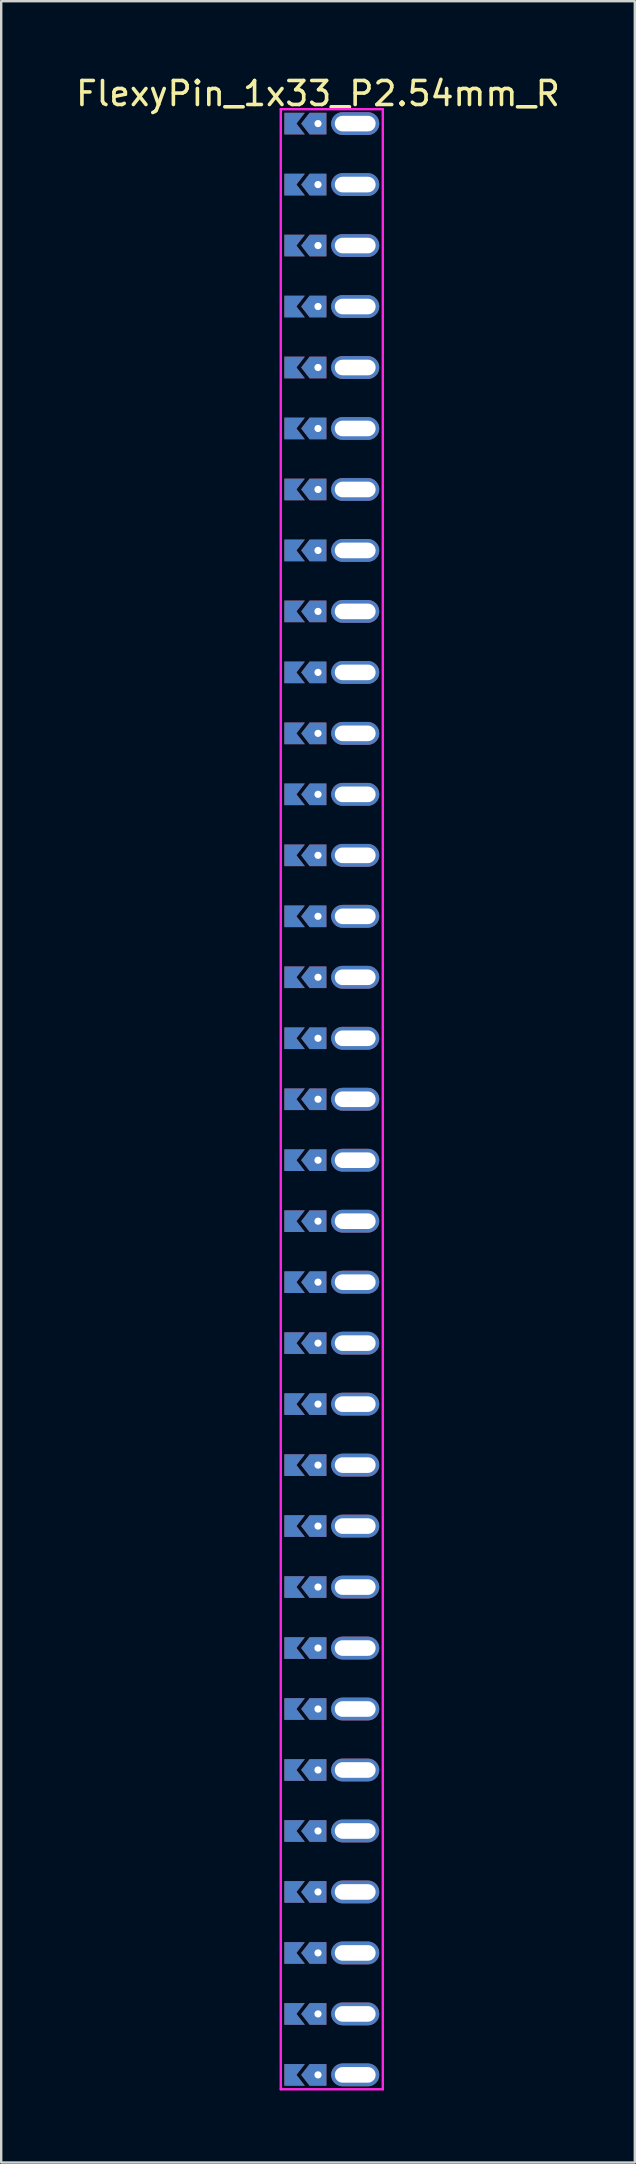
<source format=kicad_pcb>
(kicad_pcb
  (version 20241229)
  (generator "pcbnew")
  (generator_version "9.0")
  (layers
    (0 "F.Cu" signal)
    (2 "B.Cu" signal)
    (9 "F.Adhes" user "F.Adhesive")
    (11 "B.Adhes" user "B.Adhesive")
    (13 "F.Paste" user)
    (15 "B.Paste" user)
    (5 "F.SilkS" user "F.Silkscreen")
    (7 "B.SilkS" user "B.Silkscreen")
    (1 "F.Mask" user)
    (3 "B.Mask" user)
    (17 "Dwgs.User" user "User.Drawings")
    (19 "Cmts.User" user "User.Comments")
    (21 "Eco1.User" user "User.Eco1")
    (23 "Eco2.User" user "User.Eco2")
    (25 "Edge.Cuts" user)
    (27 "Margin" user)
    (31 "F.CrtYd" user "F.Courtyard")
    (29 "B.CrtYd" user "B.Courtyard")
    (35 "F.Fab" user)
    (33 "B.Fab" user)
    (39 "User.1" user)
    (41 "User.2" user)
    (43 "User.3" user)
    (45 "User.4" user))
  (footprint "FlexyPin_1x33_P2.54mm_R"
    (layer "F.Cu")
    (at 10.196 2.098)
    (property "Reference" "FlexyPin_1x33_P2.54mm_R" (at 0 -1.25 0) (layer "F.SilkS") (effects (font (size 1 1) (thickness 0.15))))
    (attr through_hole)
    (fp_line (start -1.55 -0.6) (end 2.7 -0.6) (stroke (width 0.1) (type solid)) (layer "F.CrtYd"))
    (fp_line (start -1.55 81.88) (end -1.55 -0.6) (stroke (width 0.1) (type solid)) (layer "F.CrtYd"))
    (fp_line (start 2.7 -0.6) (end 2.7 81.88) (stroke (width 0.1) (type solid)) (layer "F.CrtYd"))
    (fp_line (start 2.7 81.88) (end -1.55 81.88) (stroke (width 0.1) (type solid)) (layer "F.CrtYd"))
    (pad "" thru_hole custom (at 0 0) (size 0.3 0.3) (drill 0.6) (layers "*.Cu" "*.Mask") (options (anchor rect)) (primitives (gr_poly (pts (xy 0.35 0.45) (xy 0.35 -0.45) (xy -0.35 -0.45) (xy -0.7 0) (xy -0.35 0.45)) (width 0) (fill yes))))
    (pad "" thru_hole custom (at 0 2.54) (size 0.3 0.3) (drill 0.6) (layers "*.Cu" "*.Mask") (options (anchor rect)) (primitives (gr_poly (pts (xy 0.35 0.45) (xy 0.35 -0.45) (xy -0.35 -0.45) (xy -0.7 0) (xy -0.35 0.45)) (width 0) (fill yes))))
    (pad "" thru_hole custom (at 0 5.08) (size 0.3 0.3) (drill 0.6) (layers "*.Cu" "*.Mask") (options (anchor rect)) (primitives (gr_poly (pts (xy 0.35 0.45) (xy 0.35 -0.45) (xy -0.35 -0.45) (xy -0.7 0) (xy -0.35 0.45)) (width 0) (fill yes))))
    (pad "" thru_hole custom (at 0 7.62) (size 0.3 0.3) (drill 0.6) (layers "*.Cu" "*.Mask") (options (anchor rect)) (primitives (gr_poly (pts (xy 0.35 0.45) (xy 0.35 -0.45) (xy -0.35 -0.45) (xy -0.7 0) (xy -0.35 0.45)) (width 0) (fill yes))))
    (pad "" thru_hole custom (at 0 10.16) (size 0.3 0.3) (drill 0.6) (layers "*.Cu" "*.Mask") (options (anchor rect)) (primitives (gr_poly (pts (xy 0.35 0.45) (xy 0.35 -0.45) (xy -0.35 -0.45) (xy -0.7 0) (xy -0.35 0.45)) (width 0) (fill yes))))
    (pad "" thru_hole custom (at 0 12.7) (size 0.3 0.3) (drill 0.6) (layers "*.Cu" "*.Mask") (options (anchor rect)) (primitives (gr_poly (pts (xy 0.35 0.45) (xy 0.35 -0.45) (xy -0.35 -0.45) (xy -0.7 0) (xy -0.35 0.45)) (width 0) (fill yes))))
    (pad "" thru_hole custom (at 0 15.24) (size 0.3 0.3) (drill 0.6) (layers "*.Cu" "*.Mask") (options (anchor rect)) (primitives (gr_poly (pts (xy 0.35 0.45) (xy 0.35 -0.45) (xy -0.35 -0.45) (xy -0.7 0) (xy -0.35 0.45)) (width 0) (fill yes))))
    (pad "" thru_hole custom (at 0 17.78) (size 0.3 0.3) (drill 0.6) (layers "*.Cu" "*.Mask") (options (anchor rect)) (primitives (gr_poly (pts (xy 0.35 0.45) (xy 0.35 -0.45) (xy -0.35 -0.45) (xy -0.7 0) (xy -0.35 0.45)) (width 0) (fill yes))))
    (pad "" thru_hole custom (at 0 20.32) (size 0.3 0.3) (drill 0.6) (layers "*.Cu" "*.Mask") (options (anchor rect)) (primitives (gr_poly (pts (xy 0.35 0.45) (xy 0.35 -0.45) (xy -0.35 -0.45) (xy -0.7 0) (xy -0.35 0.45)) (width 0) (fill yes))))
    (pad "" thru_hole custom (at 0 22.86) (size 0.3 0.3) (drill 0.6) (layers "*.Cu" "*.Mask") (options (anchor rect)) (primitives (gr_poly (pts (xy 0.35 0.45) (xy 0.35 -0.45) (xy -0.35 -0.45) (xy -0.7 0) (xy -0.35 0.45)) (width 0) (fill yes))))
    (pad "" thru_hole custom (at 0 25.4) (size 0.3 0.3) (drill 0.6) (layers "*.Cu" "*.Mask") (options (anchor rect)) (primitives (gr_poly (pts (xy 0.35 0.45) (xy 0.35 -0.45) (xy -0.35 -0.45) (xy -0.7 0) (xy -0.35 0.45)) (width 0) (fill yes))))
    (pad "" thru_hole custom (at 0 27.94) (size 0.3 0.3) (drill 0.6) (layers "*.Cu" "*.Mask") (options (anchor rect)) (primitives (gr_poly (pts (xy 0.35 0.45) (xy 0.35 -0.45) (xy -0.35 -0.45) (xy -0.7 0) (xy -0.35 0.45)) (width 0) (fill yes))))
    (pad "" thru_hole custom (at 0 30.48) (size 0.3 0.3) (drill 0.6) (layers "*.Cu" "*.Mask") (options (anchor rect)) (primitives (gr_poly (pts (xy 0.35 0.45) (xy 0.35 -0.45) (xy -0.35 -0.45) (xy -0.7 0) (xy -0.35 0.45)) (width 0) (fill yes))))
    (pad "" thru_hole custom (at 0 33.02) (size 0.3 0.3) (drill 0.6) (layers "*.Cu" "*.Mask") (options (anchor rect)) (primitives (gr_poly (pts (xy 0.35 0.45) (xy 0.35 -0.45) (xy -0.35 -0.45) (xy -0.7 0) (xy -0.35 0.45)) (width 0) (fill yes))))
    (pad "" thru_hole custom (at 0 35.56) (size 0.3 0.3) (drill 0.6) (layers "*.Cu" "*.Mask") (options (anchor rect)) (primitives (gr_poly (pts (xy 0.35 0.45) (xy 0.35 -0.45) (xy -0.35 -0.45) (xy -0.7 0) (xy -0.35 0.45)) (width 0) (fill yes))))
    (pad "" thru_hole custom (at 0 38.1) (size 0.3 0.3) (drill 0.6) (layers "*.Cu" "*.Mask") (options (anchor rect)) (primitives (gr_poly (pts (xy 0.35 0.45) (xy 0.35 -0.45) (xy -0.35 -0.45) (xy -0.7 0) (xy -0.35 0.45)) (width 0) (fill yes))))
    (pad "" thru_hole custom (at 0 40.64) (size 0.3 0.3) (drill 0.6) (layers "*.Cu" "*.Mask") (options (anchor rect)) (primitives (gr_poly (pts (xy 0.35 0.45) (xy 0.35 -0.45) (xy -0.35 -0.45) (xy -0.7 0) (xy -0.35 0.45)) (width 0) (fill yes))))
    (pad "" thru_hole custom (at 0 43.18) (size 0.3 0.3) (drill 0.6) (layers "*.Cu" "*.Mask") (options (anchor rect)) (primitives (gr_poly (pts (xy 0.35 0.45) (xy 0.35 -0.45) (xy -0.35 -0.45) (xy -0.7 0) (xy -0.35 0.45)) (width 0) (fill yes))))
    (pad "" thru_hole custom (at 0 45.72) (size 0.3 0.3) (drill 0.6) (layers "*.Cu" "*.Mask") (options (anchor rect)) (primitives (gr_poly (pts (xy 0.35 0.45) (xy 0.35 -0.45) (xy -0.35 -0.45) (xy -0.7 0) (xy -0.35 0.45)) (width 0) (fill yes))))
    (pad "" thru_hole custom (at 0 48.26) (size 0.3 0.3) (drill 0.6) (layers "*.Cu" "*.Mask") (options (anchor rect)) (primitives (gr_poly (pts (xy 0.35 0.45) (xy 0.35 -0.45) (xy -0.35 -0.45) (xy -0.7 0) (xy -0.35 0.45)) (width 0) (fill yes))))
    (pad "" thru_hole custom (at 0 50.8) (size 0.3 0.3) (drill 0.6) (layers "*.Cu" "*.Mask") (options (anchor rect)) (primitives (gr_poly (pts (xy 0.35 0.45) (xy 0.35 -0.45) (xy -0.35 -0.45) (xy -0.7 0) (xy -0.35 0.45)) (width 0) (fill yes))))
    (pad "" thru_hole custom (at 0 53.34) (size 0.3 0.3) (drill 0.6) (layers "*.Cu" "*.Mask") (options (anchor rect)) (primitives (gr_poly (pts (xy 0.35 0.45) (xy 0.35 -0.45) (xy -0.35 -0.45) (xy -0.7 0) (xy -0.35 0.45)) (width 0) (fill yes))))
    (pad "" thru_hole custom (at 0 55.88) (size 0.3 0.3) (drill 0.6) (layers "*.Cu" "*.Mask") (options (anchor rect)) (primitives (gr_poly (pts (xy 0.35 0.45) (xy 0.35 -0.45) (xy -0.35 -0.45) (xy -0.7 0) (xy -0.35 0.45)) (width 0) (fill yes))))
    (pad "" thru_hole custom (at 0 58.42) (size 0.3 0.3) (drill 0.6) (layers "*.Cu" "*.Mask") (options (anchor rect)) (primitives (gr_poly (pts (xy 0.35 0.45) (xy 0.35 -0.45) (xy -0.35 -0.45) (xy -0.7 0) (xy -0.35 0.45)) (width 0) (fill yes))))
    (pad "" thru_hole custom (at 0 60.96) (size 0.3 0.3) (drill 0.6) (layers "*.Cu" "*.Mask") (options (anchor rect)) (primitives (gr_poly (pts (xy 0.35 0.45) (xy 0.35 -0.45) (xy -0.35 -0.45) (xy -0.7 0) (xy -0.35 0.45)) (width 0) (fill yes))))
    (pad "" thru_hole custom (at 0 63.5) (size 0.3 0.3) (drill 0.6) (layers "*.Cu" "*.Mask") (options (anchor rect)) (primitives (gr_poly (pts (xy 0.35 0.45) (xy 0.35 -0.45) (xy -0.35 -0.45) (xy -0.7 0) (xy -0.35 0.45)) (width 0) (fill yes))))
    (pad "" thru_hole custom (at 0 66.04) (size 0.3 0.3) (drill 0.6) (layers "*.Cu" "*.Mask") (options (anchor rect)) (primitives (gr_poly (pts (xy 0.35 0.45) (xy 0.35 -0.45) (xy -0.35 -0.45) (xy -0.7 0) (xy -0.35 0.45)) (width 0) (fill yes))))
    (pad "" thru_hole custom (at 0 68.58) (size 0.3 0.3) (drill 0.6) (layers "*.Cu" "*.Mask") (options (anchor rect)) (primitives (gr_poly (pts (xy 0.35 0.45) (xy 0.35 -0.45) (xy -0.35 -0.45) (xy -0.7 0) (xy -0.35 0.45)) (width 0) (fill yes))))
    (pad "" thru_hole custom (at 0 71.12) (size 0.3 0.3) (drill 0.6) (layers "*.Cu" "*.Mask") (options (anchor rect)) (primitives (gr_poly (pts (xy 0.35 0.45) (xy 0.35 -0.45) (xy -0.35 -0.45) (xy -0.7 0) (xy -0.35 0.45)) (width 0) (fill yes))))
    (pad "" thru_hole custom (at 0 73.66) (size 0.3 0.3) (drill 0.6) (layers "*.Cu" "*.Mask") (options (anchor rect)) (primitives (gr_poly (pts (xy 0.35 0.45) (xy 0.35 -0.45) (xy -0.35 -0.45) (xy -0.7 0) (xy -0.35 0.45)) (width 0) (fill yes))))
    (pad "" thru_hole custom (at 0 76.2) (size 0.3 0.3) (drill 0.6) (layers "*.Cu" "*.Mask") (options (anchor rect)) (primitives (gr_poly (pts (xy 0.35 0.45) (xy 0.35 -0.45) (xy -0.35 -0.45) (xy -0.7 0) (xy -0.35 0.45)) (width 0) (fill yes))))
    (pad "" thru_hole custom (at 0 78.74) (size 0.3 0.3) (drill 0.6) (layers "*.Cu" "*.Mask") (options (anchor rect)) (primitives (gr_poly (pts (xy 0.35 0.45) (xy 0.35 -0.45) (xy -0.35 -0.45) (xy -0.7 0) (xy -0.35 0.45)) (width 0) (fill yes))))
    (pad "" thru_hole custom (at 0 81.28) (size 0.3 0.3) (drill 0.6) (layers "*.Cu" "*.Mask") (options (anchor rect)) (primitives (gr_poly (pts (xy 0.35 0.45) (xy 0.35 -0.45) (xy -0.35 -0.45) (xy -0.7 0) (xy -0.35 0.45)) (width 0) (fill yes))))
    (pad "" thru_hole oval (at 1.55 0) (size 2 0.95) (drill oval 1.7 0.65) (layers "*.Cu" "*.Mask"))
    (pad "" thru_hole oval (at 1.55 2.54) (size 2 0.95) (drill oval 1.7 0.65) (layers "*.Cu" "*.Mask"))
    (pad "" thru_hole oval (at 1.55 5.08) (size 2 0.95) (drill oval 1.7 0.65) (layers "*.Cu" "*.Mask"))
    (pad "" thru_hole oval (at 1.55 7.62) (size 2 0.95) (drill oval 1.7 0.65) (layers "*.Cu" "*.Mask"))
    (pad "" thru_hole oval (at 1.55 10.16) (size 2 0.95) (drill oval 1.7 0.65) (layers "*.Cu" "*.Mask"))
    (pad "" thru_hole oval (at 1.55 12.7) (size 2 0.95) (drill oval 1.7 0.65) (layers "*.Cu" "*.Mask"))
    (pad "" thru_hole oval (at 1.55 15.24) (size 2 0.95) (drill oval 1.7 0.65) (layers "*.Cu" "*.Mask"))
    (pad "" thru_hole oval (at 1.55 17.78) (size 2 0.95) (drill oval 1.7 0.65) (layers "*.Cu" "*.Mask"))
    (pad "" thru_hole oval (at 1.55 20.32) (size 2 0.95) (drill oval 1.7 0.65) (layers "*.Cu" "*.Mask"))
    (pad "" thru_hole oval (at 1.55 22.86) (size 2 0.95) (drill oval 1.7 0.65) (layers "*.Cu" "*.Mask"))
    (pad "" thru_hole oval (at 1.55 25.4) (size 2 0.95) (drill oval 1.7 0.65) (layers "*.Cu" "*.Mask"))
    (pad "" thru_hole oval (at 1.55 27.94) (size 2 0.95) (drill oval 1.7 0.65) (layers "*.Cu" "*.Mask"))
    (pad "" thru_hole oval (at 1.55 30.48) (size 2 0.95) (drill oval 1.7 0.65) (layers "*.Cu" "*.Mask"))
    (pad "" thru_hole oval (at 1.55 33.02) (size 2 0.95) (drill oval 1.7 0.65) (layers "*.Cu" "*.Mask"))
    (pad "" thru_hole oval (at 1.55 35.56) (size 2 0.95) (drill oval 1.7 0.65) (layers "*.Cu" "*.Mask"))
    (pad "" thru_hole oval (at 1.55 38.1) (size 2 0.95) (drill oval 1.7 0.65) (layers "*.Cu" "*.Mask"))
    (pad "" thru_hole oval (at 1.55 40.64) (size 2 0.95) (drill oval 1.7 0.65) (layers "*.Cu" "*.Mask"))
    (pad "" thru_hole oval (at 1.55 43.18) (size 2 0.95) (drill oval 1.7 0.65) (layers "*.Cu" "*.Mask"))
    (pad "" thru_hole oval (at 1.55 45.72) (size 2 0.95) (drill oval 1.7 0.65) (layers "*.Cu" "*.Mask"))
    (pad "" thru_hole oval (at 1.55 48.26) (size 2 0.95) (drill oval 1.7 0.65) (layers "*.Cu" "*.Mask"))
    (pad "" thru_hole oval (at 1.55 50.8) (size 2 0.95) (drill oval 1.7 0.65) (layers "*.Cu" "*.Mask"))
    (pad "" thru_hole oval (at 1.55 53.34) (size 2 0.95) (drill oval 1.7 0.65) (layers "*.Cu" "*.Mask"))
    (pad "" thru_hole oval (at 1.55 55.88) (size 2 0.95) (drill oval 1.7 0.65) (layers "*.Cu" "*.Mask"))
    (pad "" thru_hole oval (at 1.55 58.42) (size 2 0.95) (drill oval 1.7 0.65) (layers "*.Cu" "*.Mask"))
    (pad "" thru_hole oval (at 1.55 60.96) (size 2 0.95) (drill oval 1.7 0.65) (layers "*.Cu" "*.Mask"))
    (pad "" thru_hole oval (at 1.55 63.5) (size 2 0.95) (drill oval 1.7 0.65) (layers "*.Cu" "*.Mask"))
    (pad "" thru_hole oval (at 1.55 66.04) (size 2 0.95) (drill oval 1.7 0.65) (layers "*.Cu" "*.Mask"))
    (pad "" thru_hole oval (at 1.55 68.58) (size 2 0.95) (drill oval 1.7 0.65) (layers "*.Cu" "*.Mask"))
    (pad "" thru_hole oval (at 1.55 71.12) (size 2 0.95) (drill oval 1.7 0.65) (layers "*.Cu" "*.Mask"))
    (pad "" thru_hole oval (at 1.55 73.66) (size 2 0.95) (drill oval 1.7 0.65) (layers "*.Cu" "*.Mask"))
    (pad "" thru_hole oval (at 1.55 76.2) (size 2 0.95) (drill oval 1.7 0.65) (layers "*.Cu" "*.Mask"))
    (pad "" thru_hole oval (at 1.55 78.74) (size 2 0.95) (drill oval 1.7 0.65) (layers "*.Cu" "*.Mask"))
    (pad "" thru_hole oval (at 1.55 81.28) (size 2 0.95) (drill oval 1.7 0.65) (layers "*.Cu" "*.Mask"))
    (pad "1" smd custom (at -0.9 0) (size 0.01 0.01) (layers "F.Cu" "F.Mask") (options (anchor rect)) (primitives (gr_poly (pts (xy 0 0) (xy 0.35 0.45) (xy -0.5 0.45) (xy -0.5 -0.45) (xy 0.35 -0.45)) (width 0) (fill yes))))
    (pad "1" smd custom (at -0.9 2.54) (size 0.01 0.01) (layers "F.Cu" "F.Mask") (options (anchor rect)) (primitives (gr_poly (pts (xy 0 0) (xy 0.35 0.45) (xy -0.5 0.45) (xy -0.5 -0.45) (xy 0.35 -0.45)) (width 0) (fill yes))))
    (pad "1" smd custom (at -0.9 5.08) (size 0.01 0.01) (layers "F.Cu" "F.Mask") (options (anchor rect)) (primitives (gr_poly (pts (xy 0 0) (xy 0.35 0.45) (xy -0.5 0.45) (xy -0.5 -0.45) (xy 0.35 -0.45)) (width 0) (fill yes))))
    (pad "1" smd custom (at -0.9 7.62) (size 0.01 0.01) (layers "F.Cu" "F.Mask") (options (anchor rect)) (primitives (gr_poly (pts (xy 0 0) (xy 0.35 0.45) (xy -0.5 0.45) (xy -0.5 -0.45) (xy 0.35 -0.45)) (width 0) (fill yes))))
    (pad "1" smd custom (at -0.9 10.16) (size 0.01 0.01) (layers "F.Cu" "F.Mask") (options (anchor rect)) (primitives (gr_poly (pts (xy 0 0) (xy 0.35 0.45) (xy -0.5 0.45) (xy -0.5 -0.45) (xy 0.35 -0.45)) (width 0) (fill yes))))
    (pad "1" smd custom (at -0.9 12.7) (size 0.01 0.01) (layers "F.Cu" "F.Mask") (options (anchor rect)) (primitives (gr_poly (pts (xy 0 0) (xy 0.35 0.45) (xy -0.5 0.45) (xy -0.5 -0.45) (xy 0.35 -0.45)) (width 0) (fill yes))))
    (pad "1" smd custom (at -0.9 15.24) (size 0.01 0.01) (layers "F.Cu" "F.Mask") (options (anchor rect)) (primitives (gr_poly (pts (xy 0 0) (xy 0.35 0.45) (xy -0.5 0.45) (xy -0.5 -0.45) (xy 0.35 -0.45)) (width 0) (fill yes))))
    (pad "1" smd custom (at -0.9 17.78) (size 0.01 0.01) (layers "F.Cu" "F.Mask") (options (anchor rect)) (primitives (gr_poly (pts (xy 0 0) (xy 0.35 0.45) (xy -0.5 0.45) (xy -0.5 -0.45) (xy 0.35 -0.45)) (width 0) (fill yes))))
    (pad "1" smd custom (at -0.9 20.32) (size 0.01 0.01) (layers "F.Cu" "F.Mask") (options (anchor rect)) (primitives (gr_poly (pts (xy 0 0) (xy 0.35 0.45) (xy -0.5 0.45) (xy -0.5 -0.45) (xy 0.35 -0.45)) (width 0) (fill yes))))
    (pad "1" smd custom (at -0.9 22.86) (size 0.01 0.01) (layers "F.Cu" "F.Mask") (options (anchor rect)) (primitives (gr_poly (pts (xy 0 0) (xy 0.35 0.45) (xy -0.5 0.45) (xy -0.5 -0.45) (xy 0.35 -0.45)) (width 0) (fill yes))))
    (pad "1" smd custom (at -0.9 25.4) (size 0.01 0.01) (layers "F.Cu" "F.Mask") (options (anchor rect)) (primitives (gr_poly (pts (xy 0 0) (xy 0.35 0.45) (xy -0.5 0.45) (xy -0.5 -0.45) (xy 0.35 -0.45)) (width 0) (fill yes))))
    (pad "1" smd custom (at -0.9 27.94) (size 0.01 0.01) (layers "F.Cu" "F.Mask") (options (anchor rect)) (primitives (gr_poly (pts (xy 0 0) (xy 0.35 0.45) (xy -0.5 0.45) (xy -0.5 -0.45) (xy 0.35 -0.45)) (width 0) (fill yes))))
    (pad "1" smd custom (at -0.9 30.48) (size 0.01 0.01) (layers "F.Cu" "F.Mask") (options (anchor rect)) (primitives (gr_poly (pts (xy 0 0) (xy 0.35 0.45) (xy -0.5 0.45) (xy -0.5 -0.45) (xy 0.35 -0.45)) (width 0) (fill yes))))
    (pad "1" smd custom (at -0.9 33.02) (size 0.01 0.01) (layers "F.Cu" "F.Mask") (options (anchor rect)) (primitives (gr_poly (pts (xy 0 0) (xy 0.35 0.45) (xy -0.5 0.45) (xy -0.5 -0.45) (xy 0.35 -0.45)) (width 0) (fill yes))))
    (pad "1" smd custom (at -0.9 35.56) (size 0.01 0.01) (layers "F.Cu" "F.Mask") (options (anchor rect)) (primitives (gr_poly (pts (xy 0 0) (xy 0.35 0.45) (xy -0.5 0.45) (xy -0.5 -0.45) (xy 0.35 -0.45)) (width 0) (fill yes))))
    (pad "1" smd custom (at -0.9 38.1) (size 0.01 0.01) (layers "F.Cu" "F.Mask") (options (anchor rect)) (primitives (gr_poly (pts (xy 0 0) (xy 0.35 0.45) (xy -0.5 0.45) (xy -0.5 -0.45) (xy 0.35 -0.45)) (width 0) (fill yes))))
    (pad "1" smd custom (at -0.9 40.64) (size 0.01 0.01) (layers "F.Cu" "F.Mask") (options (anchor rect)) (primitives (gr_poly (pts (xy 0 0) (xy 0.35 0.45) (xy -0.5 0.45) (xy -0.5 -0.45) (xy 0.35 -0.45)) (width 0) (fill yes))))
    (pad "1" smd custom (at -0.9 43.18) (size 0.01 0.01) (layers "F.Cu" "F.Mask") (options (anchor rect)) (primitives (gr_poly (pts (xy 0 0) (xy 0.35 0.45) (xy -0.5 0.45) (xy -0.5 -0.45) (xy 0.35 -0.45)) (width 0) (fill yes))))
    (pad "1" smd custom (at -0.9 45.72) (size 0.01 0.01) (layers "F.Cu" "F.Mask") (options (anchor rect)) (primitives (gr_poly (pts (xy 0 0) (xy 0.35 0.45) (xy -0.5 0.45) (xy -0.5 -0.45) (xy 0.35 -0.45)) (width 0) (fill yes))))
    (pad "1" smd custom (at -0.9 48.26) (size 0.01 0.01) (layers "F.Cu" "F.Mask") (options (anchor rect)) (primitives (gr_poly (pts (xy 0 0) (xy 0.35 0.45) (xy -0.5 0.45) (xy -0.5 -0.45) (xy 0.35 -0.45)) (width 0) (fill yes))))
    (pad "1" smd custom (at -0.9 50.8) (size 0.01 0.01) (layers "F.Cu" "F.Mask") (options (anchor rect)) (primitives (gr_poly (pts (xy 0 0) (xy 0.35 0.45) (xy -0.5 0.45) (xy -0.5 -0.45) (xy 0.35 -0.45)) (width 0) (fill yes))))
    (pad "1" smd custom (at -0.9 53.34) (size 0.01 0.01) (layers "F.Cu" "F.Mask") (options (anchor rect)) (primitives (gr_poly (pts (xy 0 0) (xy 0.35 0.45) (xy -0.5 0.45) (xy -0.5 -0.45) (xy 0.35 -0.45)) (width 0) (fill yes))))
    (pad "1" smd custom (at -0.9 55.88) (size 0.01 0.01) (layers "F.Cu" "F.Mask") (options (anchor rect)) (primitives (gr_poly (pts (xy 0 0) (xy 0.35 0.45) (xy -0.5 0.45) (xy -0.5 -0.45) (xy 0.35 -0.45)) (width 0) (fill yes))))
    (pad "1" smd custom (at -0.9 58.42) (size 0.01 0.01) (layers "F.Cu" "F.Mask") (options (anchor rect)) (primitives (gr_poly (pts (xy 0 0) (xy 0.35 0.45) (xy -0.5 0.45) (xy -0.5 -0.45) (xy 0.35 -0.45)) (width 0) (fill yes))))
    (pad "1" smd custom (at -0.9 60.96) (size 0.01 0.01) (layers "F.Cu" "F.Mask") (options (anchor rect)) (primitives (gr_poly (pts (xy 0 0) (xy 0.35 0.45) (xy -0.5 0.45) (xy -0.5 -0.45) (xy 0.35 -0.45)) (width 0) (fill yes))))
    (pad "1" smd custom (at -0.9 63.5) (size 0.01 0.01) (layers "F.Cu" "F.Mask") (options (anchor rect)) (primitives (gr_poly (pts (xy 0 0) (xy 0.35 0.45) (xy -0.5 0.45) (xy -0.5 -0.45) (xy 0.35 -0.45)) (width 0) (fill yes))))
    (pad "1" smd custom (at -0.9 66.04) (size 0.01 0.01) (layers "F.Cu" "F.Mask") (options (anchor rect)) (primitives (gr_poly (pts (xy 0 0) (xy 0.35 0.45) (xy -0.5 0.45) (xy -0.5 -0.45) (xy 0.35 -0.45)) (width 0) (fill yes))))
    (pad "1" smd custom (at -0.9 68.58) (size 0.01 0.01) (layers "F.Cu" "F.Mask") (options (anchor rect)) (primitives (gr_poly (pts (xy 0 0) (xy 0.35 0.45) (xy -0.5 0.45) (xy -0.5 -0.45) (xy 0.35 -0.45)) (width 0) (fill yes))))
    (pad "1" smd custom (at -0.9 71.12) (size 0.01 0.01) (layers "F.Cu" "F.Mask") (options (anchor rect)) (primitives (gr_poly (pts (xy 0 0) (xy 0.35 0.45) (xy -0.5 0.45) (xy -0.5 -0.45) (xy 0.35 -0.45)) (width 0) (fill yes))))
    (pad "1" smd custom (at -0.9 73.66) (size 0.01 0.01) (layers "F.Cu" "F.Mask") (options (anchor rect)) (primitives (gr_poly (pts (xy 0 0) (xy 0.35 0.45) (xy -0.5 0.45) (xy -0.5 -0.45) (xy 0.35 -0.45)) (width 0) (fill yes))))
    (pad "1" smd custom (at -0.9 76.2) (size 0.01 0.01) (layers "F.Cu" "F.Mask") (options (anchor rect)) (primitives (gr_poly (pts (xy 0 0) (xy 0.35 0.45) (xy -0.5 0.45) (xy -0.5 -0.45) (xy 0.35 -0.45)) (width 0) (fill yes))))
    (pad "1" smd custom (at -0.9 78.74) (size 0.01 0.01) (layers "F.Cu" "F.Mask") (options (anchor rect)) (primitives (gr_poly (pts (xy 0 0) (xy 0.35 0.45) (xy -0.5 0.45) (xy -0.5 -0.45) (xy 0.35 -0.45)) (width 0) (fill yes))))
    (pad "1" smd custom (at -0.9 81.28) (size 0.01 0.01) (layers "F.Cu" "F.Mask") (options (anchor rect)) (primitives (gr_poly (pts (xy 0 0) (xy 0.35 0.45) (xy -0.5 0.45) (xy -0.5 -0.45) (xy 0.35 -0.45)) (width 0) (fill yes))))
    (pad "2" smd custom (at -0.9 0) (size 0.01 0.01) (layers "B.Cu" "B.Mask") (options (anchor rect)) (primitives (gr_poly (pts (xy 0 0) (xy 0.35 0.45) (xy -0.5 0.45) (xy -0.5 -0.45) (xy 0.35 -0.45)) (width 0) (fill yes))))
    (pad "2" smd custom (at -0.9 2.54) (size 0.01 0.01) (layers "B.Cu" "B.Mask") (options (anchor rect)) (primitives (gr_poly (pts (xy 0 0) (xy 0.35 0.45) (xy -0.5 0.45) (xy -0.5 -0.45) (xy 0.35 -0.45)) (width 0) (fill yes))))
    (pad "2" smd custom (at -0.9 5.08) (size 0.01 0.01) (layers "B.Cu" "B.Mask") (options (anchor rect)) (primitives (gr_poly (pts (xy 0 0) (xy 0.35 0.45) (xy -0.5 0.45) (xy -0.5 -0.45) (xy 0.35 -0.45)) (width 0) (fill yes))))
    (pad "2" smd custom (at -0.9 7.62) (size 0.01 0.01) (layers "B.Cu" "B.Mask") (options (anchor rect)) (primitives (gr_poly (pts (xy 0 0) (xy 0.35 0.45) (xy -0.5 0.45) (xy -0.5 -0.45) (xy 0.35 -0.45)) (width 0) (fill yes))))
    (pad "2" smd custom (at -0.9 10.16) (size 0.01 0.01) (layers "B.Cu" "B.Mask") (options (anchor rect)) (primitives (gr_poly (pts (xy 0 0) (xy 0.35 0.45) (xy -0.5 0.45) (xy -0.5 -0.45) (xy 0.35 -0.45)) (width 0) (fill yes))))
    (pad "2" smd custom (at -0.9 12.7) (size 0.01 0.01) (layers "B.Cu" "B.Mask") (options (anchor rect)) (primitives (gr_poly (pts (xy 0 0) (xy 0.35 0.45) (xy -0.5 0.45) (xy -0.5 -0.45) (xy 0.35 -0.45)) (width 0) (fill yes))))
    (pad "2" smd custom (at -0.9 15.24) (size 0.01 0.01) (layers "B.Cu" "B.Mask") (options (anchor rect)) (primitives (gr_poly (pts (xy 0 0) (xy 0.35 0.45) (xy -0.5 0.45) (xy -0.5 -0.45) (xy 0.35 -0.45)) (width 0) (fill yes))))
    (pad "2" smd custom (at -0.9 17.78) (size 0.01 0.01) (layers "B.Cu" "B.Mask") (options (anchor rect)) (primitives (gr_poly (pts (xy 0 0) (xy 0.35 0.45) (xy -0.5 0.45) (xy -0.5 -0.45) (xy 0.35 -0.45)) (width 0) (fill yes))))
    (pad "2" smd custom (at -0.9 20.32) (size 0.01 0.01) (layers "B.Cu" "B.Mask") (options (anchor rect)) (primitives (gr_poly (pts (xy 0 0) (xy 0.35 0.45) (xy -0.5 0.45) (xy -0.5 -0.45) (xy 0.35 -0.45)) (width 0) (fill yes))))
    (pad "2" smd custom (at -0.9 22.86) (size 0.01 0.01) (layers "B.Cu" "B.Mask") (options (anchor rect)) (primitives (gr_poly (pts (xy 0 0) (xy 0.35 0.45) (xy -0.5 0.45) (xy -0.5 -0.45) (xy 0.35 -0.45)) (width 0) (fill yes))))
    (pad "2" smd custom (at -0.9 25.4) (size 0.01 0.01) (layers "B.Cu" "B.Mask") (options (anchor rect)) (primitives (gr_poly (pts (xy 0 0) (xy 0.35 0.45) (xy -0.5 0.45) (xy -0.5 -0.45) (xy 0.35 -0.45)) (width 0) (fill yes))))
    (pad "2" smd custom (at -0.9 27.94) (size 0.01 0.01) (layers "B.Cu" "B.Mask") (options (anchor rect)) (primitives (gr_poly (pts (xy 0 0) (xy 0.35 0.45) (xy -0.5 0.45) (xy -0.5 -0.45) (xy 0.35 -0.45)) (width 0) (fill yes))))
    (pad "2" smd custom (at -0.9 30.48) (size 0.01 0.01) (layers "B.Cu" "B.Mask") (options (anchor rect)) (primitives (gr_poly (pts (xy 0 0) (xy 0.35 0.45) (xy -0.5 0.45) (xy -0.5 -0.45) (xy 0.35 -0.45)) (width 0) (fill yes))))
    (pad "2" smd custom (at -0.9 33.02) (size 0.01 0.01) (layers "B.Cu" "B.Mask") (options (anchor rect)) (primitives (gr_poly (pts (xy 0 0) (xy 0.35 0.45) (xy -0.5 0.45) (xy -0.5 -0.45) (xy 0.35 -0.45)) (width 0) (fill yes))))
    (pad "2" smd custom (at -0.9 35.56) (size 0.01 0.01) (layers "B.Cu" "B.Mask") (options (anchor rect)) (primitives (gr_poly (pts (xy 0 0) (xy 0.35 0.45) (xy -0.5 0.45) (xy -0.5 -0.45) (xy 0.35 -0.45)) (width 0) (fill yes))))
    (pad "2" smd custom (at -0.9 38.1) (size 0.01 0.01) (layers "B.Cu" "B.Mask") (options (anchor rect)) (primitives (gr_poly (pts (xy 0 0) (xy 0.35 0.45) (xy -0.5 0.45) (xy -0.5 -0.45) (xy 0.35 -0.45)) (width 0) (fill yes))))
    (pad "2" smd custom (at -0.9 40.64) (size 0.01 0.01) (layers "B.Cu" "B.Mask") (options (anchor rect)) (primitives (gr_poly (pts (xy 0 0) (xy 0.35 0.45) (xy -0.5 0.45) (xy -0.5 -0.45) (xy 0.35 -0.45)) (width 0) (fill yes))))
    (pad "2" smd custom (at -0.9 43.18) (size 0.01 0.01) (layers "B.Cu" "B.Mask") (options (anchor rect)) (primitives (gr_poly (pts (xy 0 0) (xy 0.35 0.45) (xy -0.5 0.45) (xy -0.5 -0.45) (xy 0.35 -0.45)) (width 0) (fill yes))))
    (pad "2" smd custom (at -0.9 45.72) (size 0.01 0.01) (layers "B.Cu" "B.Mask") (options (anchor rect)) (primitives (gr_poly (pts (xy 0 0) (xy 0.35 0.45) (xy -0.5 0.45) (xy -0.5 -0.45) (xy 0.35 -0.45)) (width 0) (fill yes))))
    (pad "2" smd custom (at -0.9 48.26) (size 0.01 0.01) (layers "B.Cu" "B.Mask") (options (anchor rect)) (primitives (gr_poly (pts (xy 0 0) (xy 0.35 0.45) (xy -0.5 0.45) (xy -0.5 -0.45) (xy 0.35 -0.45)) (width 0) (fill yes))))
    (pad "2" smd custom (at -0.9 50.8) (size 0.01 0.01) (layers "B.Cu" "B.Mask") (options (anchor rect)) (primitives (gr_poly (pts (xy 0 0) (xy 0.35 0.45) (xy -0.5 0.45) (xy -0.5 -0.45) (xy 0.35 -0.45)) (width 0) (fill yes))))
    (pad "2" smd custom (at -0.9 53.34) (size 0.01 0.01) (layers "B.Cu" "B.Mask") (options (anchor rect)) (primitives (gr_poly (pts (xy 0 0) (xy 0.35 0.45) (xy -0.5 0.45) (xy -0.5 -0.45) (xy 0.35 -0.45)) (width 0) (fill yes))))
    (pad "2" smd custom (at -0.9 55.88) (size 0.01 0.01) (layers "B.Cu" "B.Mask") (options (anchor rect)) (primitives (gr_poly (pts (xy 0 0) (xy 0.35 0.45) (xy -0.5 0.45) (xy -0.5 -0.45) (xy 0.35 -0.45)) (width 0) (fill yes))))
    (pad "2" smd custom (at -0.9 58.42) (size 0.01 0.01) (layers "B.Cu" "B.Mask") (options (anchor rect)) (primitives (gr_poly (pts (xy 0 0) (xy 0.35 0.45) (xy -0.5 0.45) (xy -0.5 -0.45) (xy 0.35 -0.45)) (width 0) (fill yes))))
    (pad "2" smd custom (at -0.9 60.96) (size 0.01 0.01) (layers "B.Cu" "B.Mask") (options (anchor rect)) (primitives (gr_poly (pts (xy 0 0) (xy 0.35 0.45) (xy -0.5 0.45) (xy -0.5 -0.45) (xy 0.35 -0.45)) (width 0) (fill yes))))
    (pad "2" smd custom (at -0.9 63.5) (size 0.01 0.01) (layers "B.Cu" "B.Mask") (options (anchor rect)) (primitives (gr_poly (pts (xy 0 0) (xy 0.35 0.45) (xy -0.5 0.45) (xy -0.5 -0.45) (xy 0.35 -0.45)) (width 0) (fill yes))))
    (pad "2" smd custom (at -0.9 66.04) (size 0.01 0.01) (layers "B.Cu" "B.Mask") (options (anchor rect)) (primitives (gr_poly (pts (xy 0 0) (xy 0.35 0.45) (xy -0.5 0.45) (xy -0.5 -0.45) (xy 0.35 -0.45)) (width 0) (fill yes))))
    (pad "2" smd custom (at -0.9 68.58) (size 0.01 0.01) (layers "B.Cu" "B.Mask") (options (anchor rect)) (primitives (gr_poly (pts (xy 0 0) (xy 0.35 0.45) (xy -0.5 0.45) (xy -0.5 -0.45) (xy 0.35 -0.45)) (width 0) (fill yes))))
    (pad "2" smd custom (at -0.9 71.12) (size 0.01 0.01) (layers "B.Cu" "B.Mask") (options (anchor rect)) (primitives (gr_poly (pts (xy 0 0) (xy 0.35 0.45) (xy -0.5 0.45) (xy -0.5 -0.45) (xy 0.35 -0.45)) (width 0) (fill yes))))
    (pad "2" smd custom (at -0.9 73.66) (size 0.01 0.01) (layers "B.Cu" "B.Mask") (options (anchor rect)) (primitives (gr_poly (pts (xy 0 0) (xy 0.35 0.45) (xy -0.5 0.45) (xy -0.5 -0.45) (xy 0.35 -0.45)) (width 0) (fill yes))))
    (pad "2" smd custom (at -0.9 76.2) (size 0.01 0.01) (layers "B.Cu" "B.Mask") (options (anchor rect)) (primitives (gr_poly (pts (xy 0 0) (xy 0.35 0.45) (xy -0.5 0.45) (xy -0.5 -0.45) (xy 0.35 -0.45)) (width 0) (fill yes))))
    (pad "2" smd custom (at -0.9 78.74) (size 0.01 0.01) (layers "B.Cu" "B.Mask") (options (anchor rect)) (primitives (gr_poly (pts (xy 0 0) (xy 0.35 0.45) (xy -0.5 0.45) (xy -0.5 -0.45) (xy 0.35 -0.45)) (width 0) (fill yes))))
    (pad "2" smd custom (at -0.9 81.28) (size 0.01 0.01) (layers "B.Cu" "B.Mask") (options (anchor rect)) (primitives (gr_poly (pts (xy 0 0) (xy 0.35 0.45) (xy -0.5 0.45) (xy -0.5 -0.45) (xy 0.35 -0.45)) (width 0) (fill yes)))))
  (gr_rect
    (start -3 -3)
    (end 23.393 87.028)
    (stroke (width 0.1) (type default))
    (fill no)
    (layer "Edge.Cuts")))
</source>
